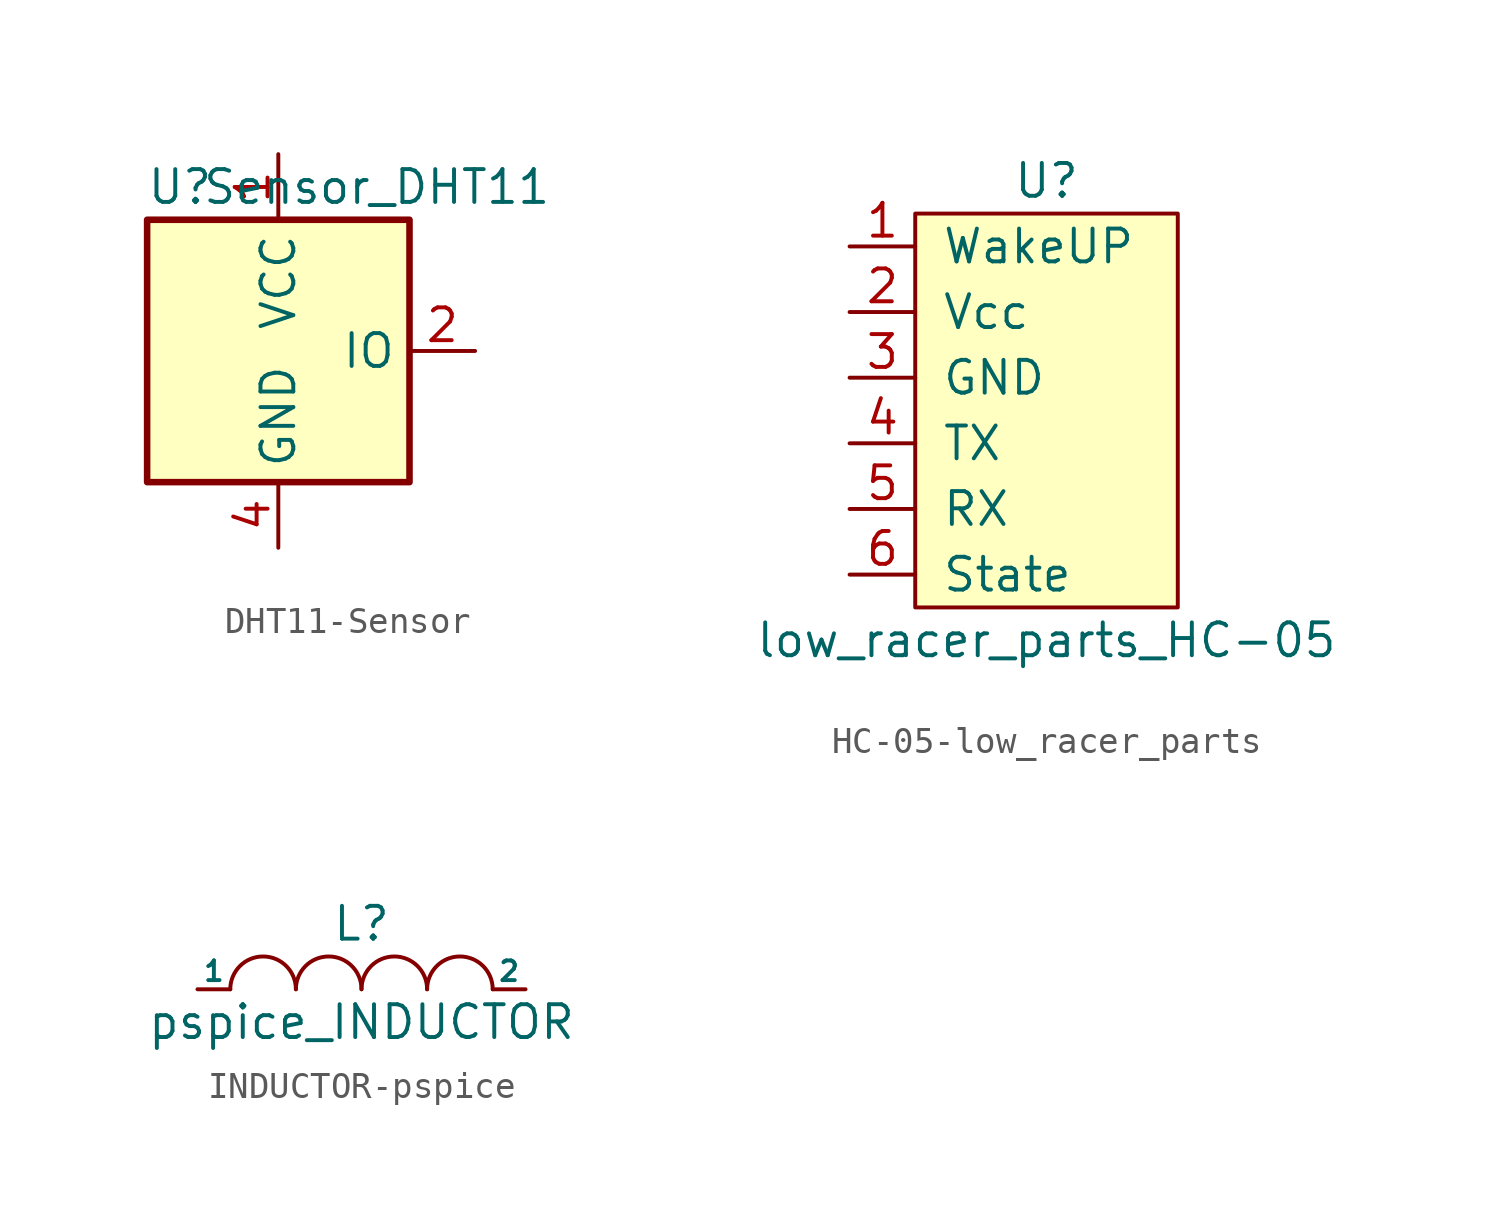
<source format=kicad_sym>
(kicad_symbol_lib
  (version 20220914)
  (generator kicad_symbol_editor)
  (symbol "DHT11-Sensor"
    (property "Reference" "U"
      (at -3.81 6.35 0)
      (effects (font (size 1.27 1.27))))
    (property "Value" "Sensor_DHT11"
      (at 3.81 6.35 0)
      (effects (font (size 1.27 1.27))))
    (symbol "DHT11-Sensor_0_1"
      (rectangle (start -5.08 5.08) (end 5.08 -5.08) (stroke (width 0.254) (type solid)) (fill (type background))))
    (symbol "DHT11-Sensor_1_1"
      (pin power_in line (at 0 7.62 270) (length 2.54) (name "VCC" (effects (font (size 1.27 1.27)))) (number "1" (effects (font (size 1.27 1.27)))))
      (pin bidirectional line (at 7.62 0 180) (length 2.54) (name "IO" (effects (font (size 1.27 1.27)))) (number "2" (effects (font (size 1.27 1.27)))))
      (pin no_connect line (at -5.08 0 0) (length 2.54) hide (name "NC" (effects (font (size 1.27 1.27)))) (number "3" (effects (font (size 1.27 1.27)))))
      (pin power_in line (at 0 -7.62 90) (length 2.54) (name "GND" (effects (font (size 1.27 1.27)))) (number "4" (effects (font (size 1.27 1.27)))))))
  (symbol "HC-05-low_racer_parts"
    (pin_names
      (offset 1.016))
    (property "Reference" "U"
      (at 0 11.43 0)
      (effects (font (size 1.27 1.27))))
    (property "Value" "low_racer_parts_HC-05"
      (at 0 -6.35 0)
      (effects (font (size 1.27 1.27))))
    (symbol "HC-05-low_racer_parts_0_1"
      (rectangle (start -5.08 10.16) (end 5.08 -5.08) (stroke (width 0) (type solid)) (fill (type background))))
    (symbol "HC-05-low_racer_parts_1_1"
      (pin input line (at -7.62 8.89 0) (length 2.54) (name "WakeUP" (effects (font (size 1.27 1.27)))) (number "1" (effects (font (size 1.27 1.27)))))
      (pin input line (at -7.62 6.35 0) (length 2.54) (name "Vcc" (effects (font (size 1.27 1.27)))) (number "2" (effects (font (size 1.27 1.27)))))
      (pin input line (at -7.62 3.81 0) (length 2.54) (name "GND" (effects (font (size 1.27 1.27)))) (number "3" (effects (font (size 1.27 1.27)))))
      (pin input line (at -7.62 1.27 0) (length 2.54) (name "TX" (effects (font (size 1.27 1.27)))) (number "4" (effects (font (size 1.27 1.27)))))
      (pin input line (at -7.62 -1.27 0) (length 2.54) (name "RX" (effects (font (size 1.27 1.27)))) (number "5" (effects (font (size 1.27 1.27)))))
      (pin input line (at -7.62 -3.81 0) (length 2.54) (name "State" (effects (font (size 1.27 1.27)))) (number "6" (effects (font (size 1.27 1.27)))))))
  (symbol "INDUCTOR-pspice"
    (pin_numbers hide)
    (pin_names
      (offset 0))
    (property "Reference" "L"
      (at 0 2.54 0)
      (effects (font (size 1.27 1.27))))
    (property "Value" "pspice_INDUCTOR"
      (at 0 -1.27 0)
      (effects (font (size 1.27 1.27))))
    (symbol "INDUCTOR-pspice_0_1"
      (arc (start -2.54 0) (mid -3.81 1.27) (end -5.08 0) (stroke (width 0) (type solid)) (fill (type none)))
      (arc (start 0 0) (mid -1.27 1.27) (end -2.54 0) (stroke (width 0) (type solid)) (fill (type none)))
      (arc (start 2.54 0) (mid 1.27 1.27) (end 0 0) (stroke (width 0) (type solid)) (fill (type none)))
      (arc (start 5.08 0) (mid 3.81 1.27) (end 2.54 0) (stroke (width 0) (type solid)) (fill (type none))))
    (symbol "INDUCTOR-pspice_1_1"
      (pin input line (at -6.35 0 0) (length 1.27) (name "1" (effects (font (size 0.762 0.762)))) (number "1" (effects (font (size 0.762 0.762)))))
      (pin input line (at 6.35 0 180) (length 1.27) (name "2" (effects (font (size 0.762 0.762)))) (number "2" (effects (font (size 0.762 0.762))))))))
</source>
